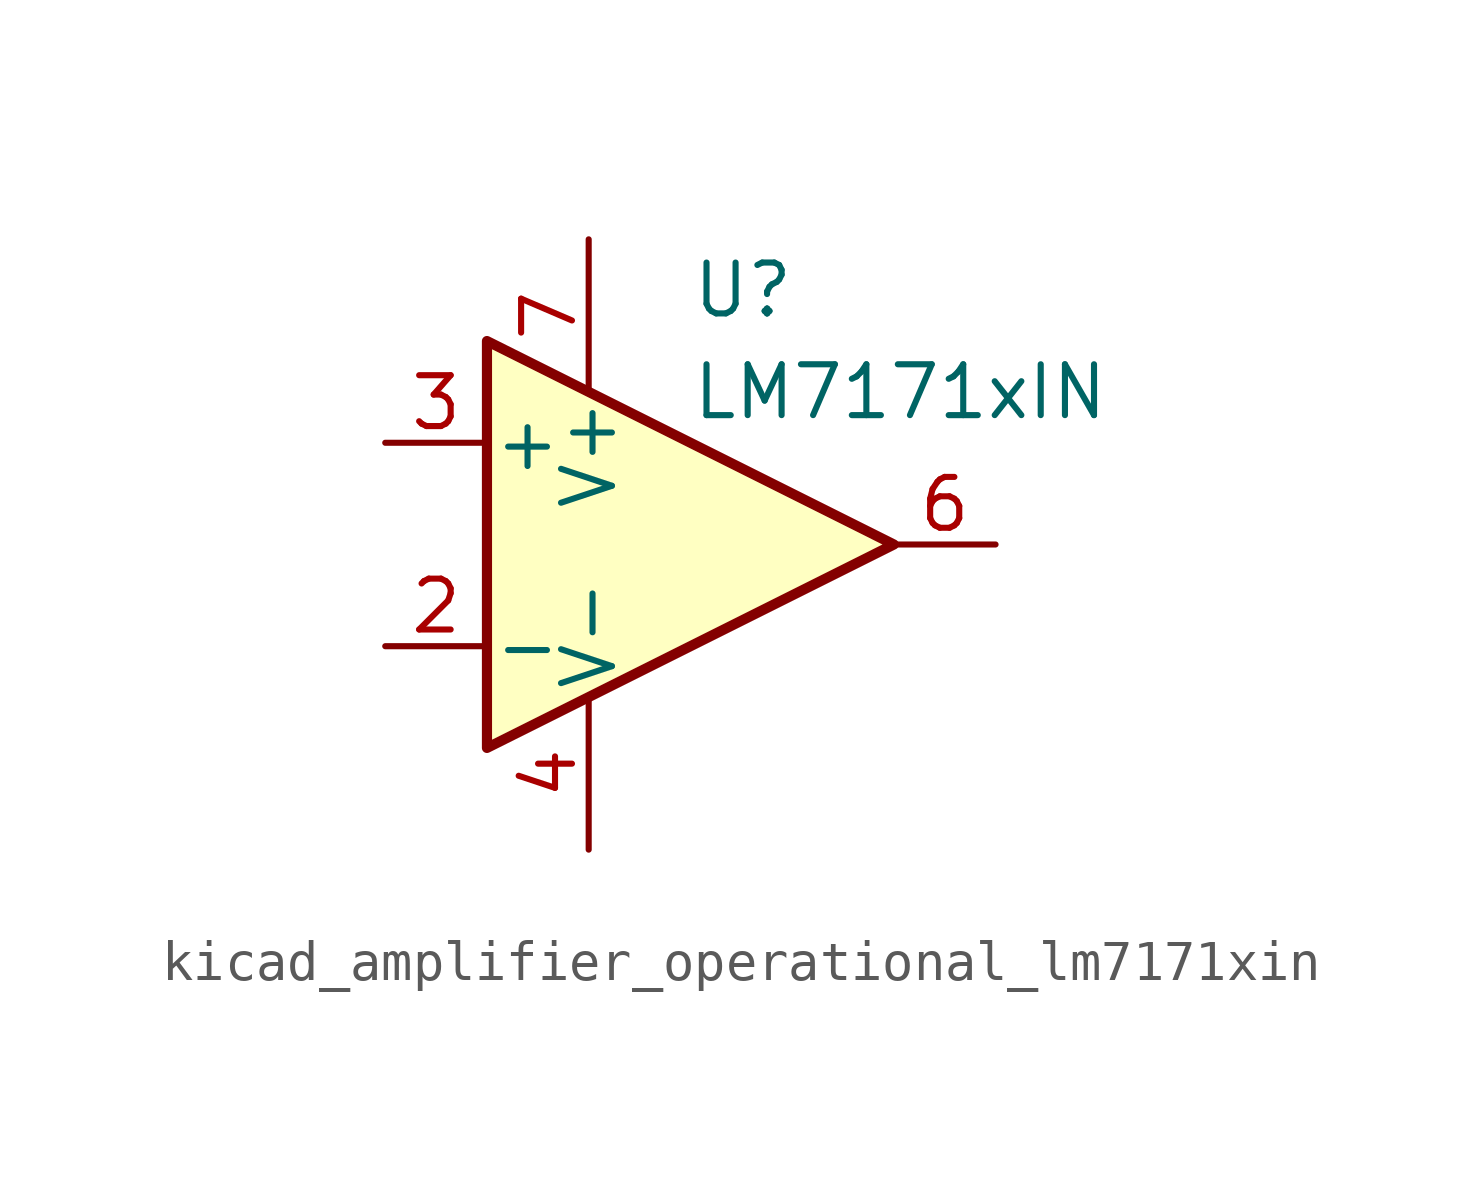
<source format=kicad_sym>
(kicad_symbol_lib
  (version 20220914)
  (generator kicad_symbol_editor)
  (symbol "kicad_amplifier_operational_lm7171xin"
    (pin_names
      (offset 0.127))
    (property "Reference" "U"
      (at 0 6.35 0)
      (effects (font (size 1.27 1.27)) (justify left)))
    (property "Value" "LM7171xIN"
      (at 0 3.81 0)
      (effects (font (size 1.27 1.27)) (justify left)))
    (symbol "kicad_amplifier_operational_lm7171xin_1_1"
      (polyline (pts (xy -5.08 5.08) (xy 5.08 0) (xy -5.08 -5.08) (xy -5.08 5.08)) (stroke (width 0.254) (type default)) (fill (type background)))
      (pin no_connect line (at 0 2.54 270) (length 5.08) hide (name "NC" (effects (font (size 1.27 1.27)))) (number "1" (effects (font (size 1.27 1.27)))))
      (pin input line (at -7.62 -2.54 0) (length 2.54) (name "-" (effects (font (size 1.27 1.27)))) (number "2" (effects (font (size 1.27 1.27)))))
      (pin input line (at -7.62 2.54 0) (length 2.54) (name "+" (effects (font (size 1.27 1.27)))) (number "3" (effects (font (size 1.27 1.27)))))
      (pin power_in line (at -2.54 -7.62 90) (length 3.81) (name "V-" (effects (font (size 1.27 1.27)))) (number "4" (effects (font (size 1.27 1.27)))))
      (pin no_connect line (at 0 -2.54 90) (length 5.08) hide (name "NC" (effects (font (size 1.27 1.27)))) (number "5" (effects (font (size 1.27 1.27)))))
      (pin output line (at 7.62 0 180) (length 2.54) (name "~" (effects (font (size 1.27 1.27)))) (number "6" (effects (font (size 1.27 1.27)))))
      (pin power_in line (at -2.54 7.62 270) (length 3.81) (name "V+" (effects (font (size 1.27 1.27)))) (number "7" (effects (font (size 1.27 1.27)))))
      (pin no_connect line (at 2.54 -1.27 90) (length 6.35) hide (name "NC" (effects (font (size 1.27 1.27)))) (number "8" (effects (font (size 1.27 1.27))))))))
</source>
